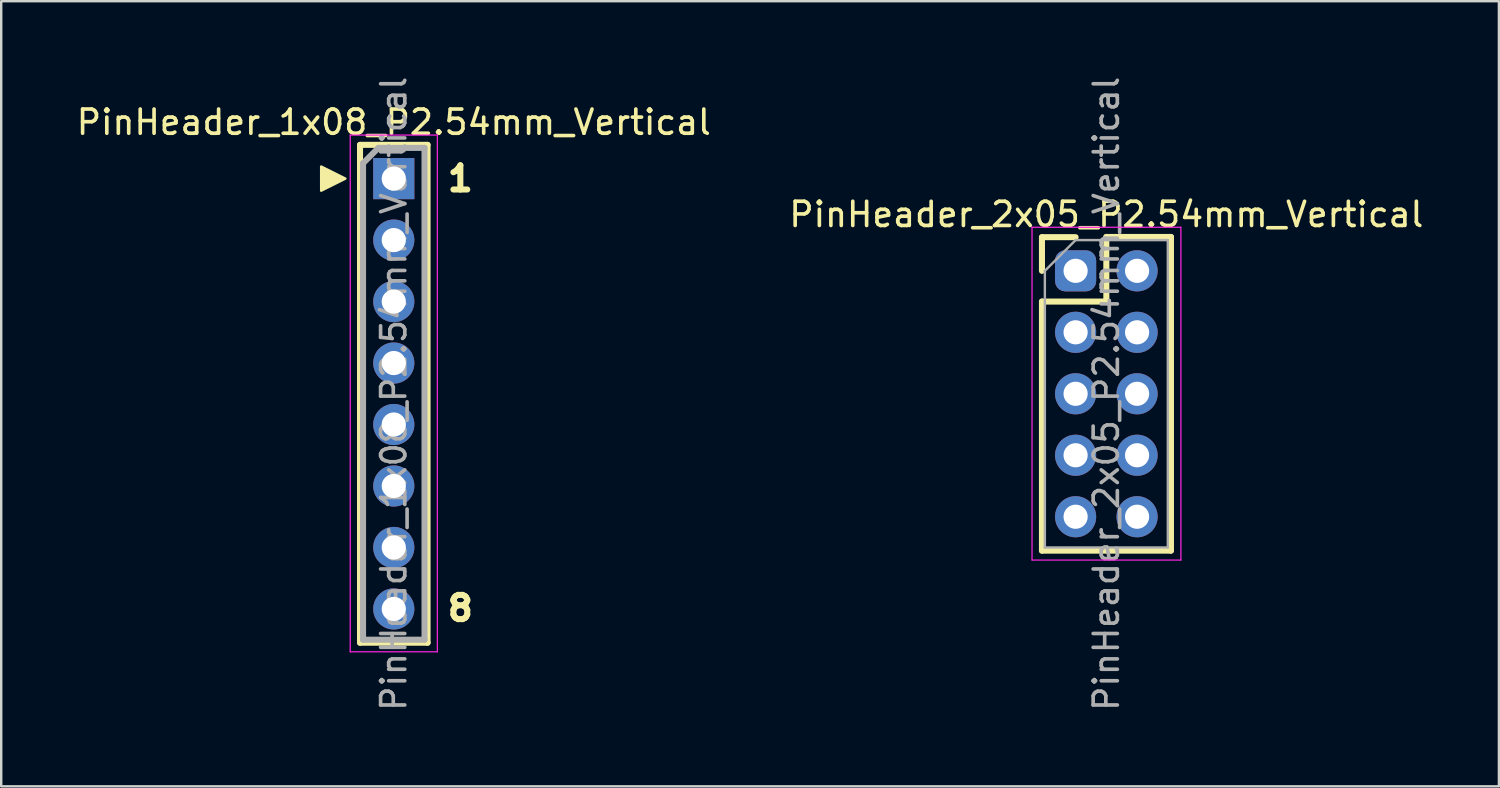
<source format=kicad_pcb>
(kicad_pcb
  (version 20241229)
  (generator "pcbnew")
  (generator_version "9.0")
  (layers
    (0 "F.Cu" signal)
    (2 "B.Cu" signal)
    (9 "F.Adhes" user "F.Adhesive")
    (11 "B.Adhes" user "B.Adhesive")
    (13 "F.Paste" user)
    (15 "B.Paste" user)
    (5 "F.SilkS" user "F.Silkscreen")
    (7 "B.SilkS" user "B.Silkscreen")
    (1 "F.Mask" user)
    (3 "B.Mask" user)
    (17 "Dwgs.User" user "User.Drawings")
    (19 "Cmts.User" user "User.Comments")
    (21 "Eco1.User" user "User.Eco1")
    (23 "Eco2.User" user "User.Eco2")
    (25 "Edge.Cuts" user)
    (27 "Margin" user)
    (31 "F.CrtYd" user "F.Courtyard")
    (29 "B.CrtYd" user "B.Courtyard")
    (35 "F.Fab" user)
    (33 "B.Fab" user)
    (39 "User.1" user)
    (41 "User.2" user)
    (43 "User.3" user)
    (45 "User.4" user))
  (footprint "PinHeader_2x05_P2.54mm_Vertical"
    (layer "F.Cu")
    (at 41.391 8.14)
    (property "Reference" "PinHeader_2x05_P2.54mm_Vertical" (at 1.27 -2.33 0) (layer "F.SilkS") (effects (font (size 1 1) (thickness 0.15))))
    (attr through_hole)
    (fp_line (start -1.39 -1.39) (end 0 -1.39) (stroke (width 0.25) (type solid)) (layer "F.SilkS"))
    (fp_line (start -1.39 0) (end -1.39 -1.39) (stroke (width 0.25) (type solid)) (layer "F.SilkS"))
    (fp_line (start -1.39 1.27) (end -1.39 11.56) (stroke (width 0.25) (type solid)) (layer "F.SilkS"))
    (fp_line (start -1.39 1.27) (end 1.27 1.27) (stroke (width 0.25) (type solid)) (layer "F.SilkS"))
    (fp_line (start -1.39 11.56) (end 3.94 11.56) (stroke (width 0.25) (type solid)) (layer "F.SilkS"))
    (fp_line (start 1.27 -1.4) (end 3.94 -1.4) (stroke (width 0.25) (type solid)) (layer "F.SilkS"))
    (fp_line (start 1.27 1.27) (end 1.27 -1.4) (stroke (width 0.25) (type solid)) (layer "F.SilkS"))
    (fp_line (start 3.94 -1.4) (end 3.94 11.56) (stroke (width 0.25) (type solid)) (layer "F.SilkS"))
    (fp_line (start -1.8 -1.8) (end -1.8 11.95) (stroke (width 0.05) (type solid)) (layer "F.CrtYd"))
    (fp_line (start -1.8 11.95) (end 4.35 11.95) (stroke (width 0.05) (type solid)) (layer "F.CrtYd"))
    (fp_line (start 4.35 -1.8) (end -1.8 -1.8) (stroke (width 0.05) (type solid)) (layer "F.CrtYd"))
    (fp_line (start 4.35 11.95) (end 4.35 -1.8) (stroke (width 0.05) (type solid)) (layer "F.CrtYd"))
    (fp_line (start -1.27 0) (end 0 -1.27) (stroke (width 0.1) (type solid)) (layer "F.Fab"))
    (fp_line (start -1.27 11.43) (end -1.27 0) (stroke (width 0.1) (type solid)) (layer "F.Fab"))
    (fp_line (start 0 -1.27) (end 3.81 -1.27) (stroke (width 0.1) (type solid)) (layer "F.Fab"))
    (fp_line (start 3.81 -1.27) (end 3.81 11.43) (stroke (width 0.1) (type solid)) (layer "F.Fab"))
    (fp_line (start 3.81 11.43) (end -1.27 11.43) (stroke (width 0.1) (type solid)) (layer "F.Fab"))
    (fp_text user "${REFERENCE}" (at 1.27 5.08 90) (layer "F.Fab") (effects (font (size 1 1) (thickness 0.15))))
    (pad "1" thru_hole roundrect (at 0 0) (size 1.7 1.7) (drill 1) (layers "*.Cu" "*.Mask") (roundrect_rratio 0.25))
    (pad "2" thru_hole oval (at 2.54 0) (size 1.7 1.7) (drill 1) (layers "*.Cu" "*.Mask"))
    (pad "3" thru_hole oval (at 0 2.54) (size 1.7 1.7) (drill 1) (layers "*.Cu" "*.Mask"))
    (pad "4" thru_hole oval (at 2.54 2.54) (size 1.7 1.7) (drill 1) (layers "*.Cu" "*.Mask"))
    (pad "5" thru_hole oval (at 0 5.08) (size 1.7 1.7) (drill 1) (layers "*.Cu" "*.Mask"))
    (pad "6" thru_hole oval (at 2.54 5.08) (size 1.7 1.7) (drill 1) (layers "*.Cu" "*.Mask"))
    (pad "7" thru_hole oval (at 0 7.62) (size 1.7 1.7) (drill 1) (layers "*.Cu" "*.Mask"))
    (pad "8" thru_hole oval (at 2.54 7.62) (size 1.7 1.7) (drill 1) (layers "*.Cu" "*.Mask"))
    (pad "9" thru_hole oval (at 0 10.16) (size 1.7 1.7) (drill 1) (layers "*.Cu" "*.Mask"))
    (pad "10" thru_hole oval (at 2.54 10.16) (size 1.7 1.7) (drill 1) (layers "*.Cu" "*.Mask")))
  (footprint "PinHeader_1x08_P2.54mm_Vertical"
    (layer "F.Cu")
    (at 13.22 4.33)
    (property "Reference" "PinHeader_1x08_P2.54mm_Vertical" (at 0 -2.33 0) (layer "F.SilkS") (effects (font (size 1 1) (thickness 0.15))))
    (attr through_hole)
    (fp_line (start -1.395 -1.395) (end -1.395 19.175) (stroke (width 0.25) (type solid)) (layer "F.SilkS"))
    (fp_line (start -1.395 -1.395) (end 1.395 -1.395) (stroke (width 0.25) (type solid)) (layer "F.SilkS"))
    (fp_line (start -1.395 19.175) (end 1.396 19.175) (stroke (width 0.25) (type solid)) (layer "F.SilkS"))
    (fp_line (start 1.395 -1.395) (end 1.395 19.175) (stroke (width 0.25) (type solid)) (layer "F.SilkS"))
    (fp_poly (pts (xy -2 0) (xy -3 0.5) (xy -3 -0.5)) (stroke (width 0.1) (type solid)) (fill yes) (layer "F.SilkS"))
    (fp_line (start -1.8 -1.8) (end -1.8 19.55) (stroke (width 0.05) (type solid)) (layer "F.CrtYd"))
    (fp_line (start -1.8 19.55) (end 1.8 19.55) (stroke (width 0.05) (type solid)) (layer "F.CrtYd"))
    (fp_line (start 1.8 -1.8) (end -1.8 -1.8) (stroke (width 0.05) (type solid)) (layer "F.CrtYd"))
    (fp_line (start 1.8 19.55) (end 1.8 -1.8) (stroke (width 0.05) (type solid)) (layer "F.CrtYd"))
    (fp_line (start -1.27 -0.635) (end -0.635 -1.27) (stroke (width 0.25) (type solid)) (layer "F.Fab"))
    (fp_line (start -1.27 19.05) (end -1.27 -0.635) (stroke (width 0.25) (type solid)) (layer "F.Fab"))
    (fp_line (start -0.635 -1.27) (end 1.27 -1.27) (stroke (width 0.25) (type solid)) (layer "F.Fab"))
    (fp_line (start 1.27 -1.27) (end 1.27 19.05) (stroke (width 0.25) (type solid)) (layer "F.Fab"))
    (fp_line (start 1.27 19.05) (end -1.27 19.05) (stroke (width 0.25) (type solid)) (layer "F.Fab"))
    (fp_text user "8" (at 2.75 17.75 0) (layer "F.SilkS") (effects (font (size 1 1) (thickness 0.25))))
    (fp_text user "1" (at 2.75 0 0) (layer "F.SilkS") (effects (font (size 1 1) (thickness 0.25))))
    (fp_text user "${REFERENCE}" (at 0 8.89 90) (layer "F.Fab") (effects (font (size 1 1) (thickness 0.15))))
    (pad "1" thru_hole rect (at 0 0) (size 1.7 1.7) (drill 1) (layers "*.Cu" "*.Mask"))
    (pad "2" thru_hole oval (at 0 2.54) (size 1.7 1.7) (drill 1) (layers "*.Cu" "*.Mask"))
    (pad "3" thru_hole oval (at 0 5.08) (size 1.7 1.7) (drill 1) (layers "*.Cu" "*.Mask"))
    (pad "4" thru_hole oval (at 0 7.62) (size 1.7 1.7) (drill 1) (layers "*.Cu" "*.Mask"))
    (pad "5" thru_hole oval (at 0 10.16) (size 1.7 1.7) (drill 1) (layers "*.Cu" "*.Mask"))
    (pad "6" thru_hole oval (at 0 12.7) (size 1.7 1.7) (drill 1) (layers "*.Cu" "*.Mask"))
    (pad "7" thru_hole oval (at 0 15.24) (size 1.7 1.7) (drill 1) (layers "*.Cu" "*.Mask"))
    (pad "8" thru_hole oval (at 0 17.78) (size 1.7 1.7) (drill 1) (layers "*.Cu" "*.Mask")))
  (gr_rect
    (start -3 -3)
    (end 58.881 29.44)
    (stroke (width 0.1) (type default))
    (fill no)
    (layer "Edge.Cuts")))
</source>
